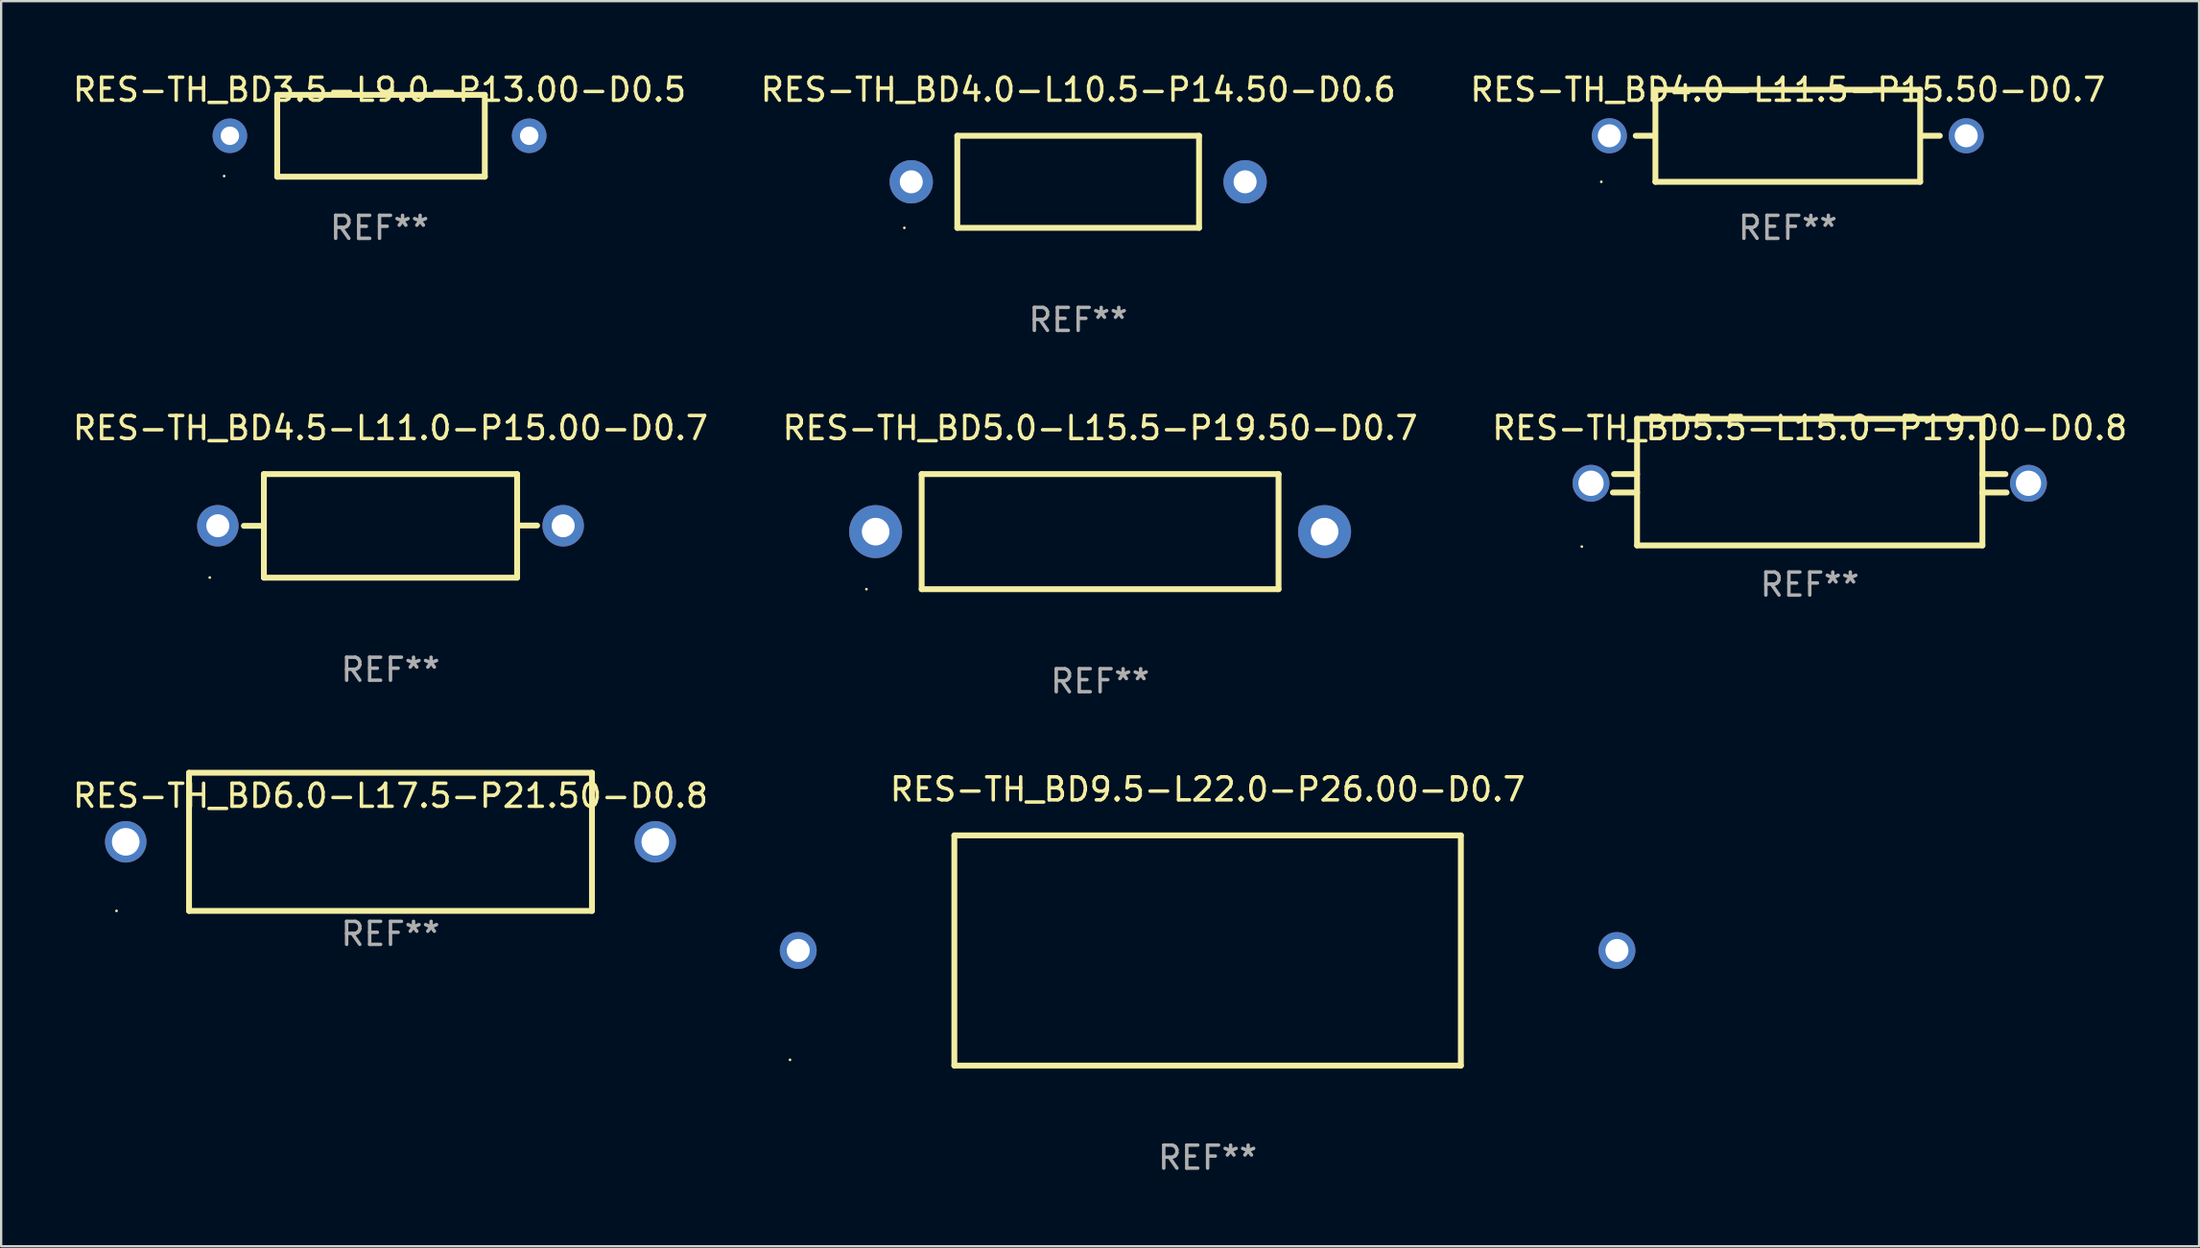
<source format=kicad_pcb>
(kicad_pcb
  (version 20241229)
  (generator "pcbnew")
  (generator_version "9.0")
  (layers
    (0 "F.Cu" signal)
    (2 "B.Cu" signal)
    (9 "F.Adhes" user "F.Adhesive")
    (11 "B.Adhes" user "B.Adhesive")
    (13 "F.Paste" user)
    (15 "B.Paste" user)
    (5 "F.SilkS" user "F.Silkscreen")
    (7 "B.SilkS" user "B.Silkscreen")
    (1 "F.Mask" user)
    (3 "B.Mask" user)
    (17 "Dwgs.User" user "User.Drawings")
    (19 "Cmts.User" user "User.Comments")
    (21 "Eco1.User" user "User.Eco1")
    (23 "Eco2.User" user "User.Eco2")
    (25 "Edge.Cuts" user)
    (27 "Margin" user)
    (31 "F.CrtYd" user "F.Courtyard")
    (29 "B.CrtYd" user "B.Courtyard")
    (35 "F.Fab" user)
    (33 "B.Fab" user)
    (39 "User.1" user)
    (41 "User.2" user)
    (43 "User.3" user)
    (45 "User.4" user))
  (footprint "RES-TH_BD4.0-L10.5-P14.50-D0.6"
    (layer "F.Cu")
    (at 43.78 4.848)
    (property "Reference" "RES-TH_BD4.0-L10.5-P14.50-D0.6" (at 0 -4 0) (layer "F.SilkS") (effects (font (size 1 1) (thickness 0.15))))
    (attr through_hole)
    (fp_line (start -5.25 -2) (end 5.25 -2) (stroke (width 0.254) (type solid)) (layer "F.SilkS"))
    (fp_line (start -5.25 2) (end -5.25 -2) (stroke (width 0.254) (type solid)) (layer "F.SilkS"))
    (fp_line (start -5.25 2) (end 5.25 2) (stroke (width 0.254) (type solid)) (layer "F.SilkS"))
    (fp_line (start 5.25 2) (end 5.25 -2) (stroke (width 0.254) (type solid)) (layer "F.SilkS"))
    (fp_circle (center -7.55 2) (end -7.52 2) (stroke (width 0.06) (type solid)) (fill no) (layer "F.SilkS"))
    (fp_text user "REF**" (at 0 6 0) (layer "F.Fab") (effects (font (size 1 1) (thickness 0.15))))
    (pad "1" thru_hole circle (at -7.25 0) (size 1.88 1.88) (drill 1) (layers "*.Cu" "*.Mask"))
    (pad "2" thru_hole circle (at 7.25 0) (size 1.88 1.88) (drill 1) (layers "*.Cu" "*.Mask")))
  (footprint "RES-TH_BD6.0-L17.5-P21.50-D0.8"
    (layer "F.Cu")
    (at 13.911 33.52)
    (property "Reference" "RES-TH_BD6.0-L17.5-P21.50-D0.8" (at 0 -2 0) (layer "F.SilkS") (effects (font (size 1 1) (thickness 0.15))))
    (attr through_hole)
    (fp_line (start -8.75 -3) (end -8.75 3) (stroke (width 0.254) (type solid)) (layer "F.SilkS"))
    (fp_line (start -8.75 3) (end 8.75 3) (stroke (width 0.254) (type solid)) (layer "F.SilkS"))
    (fp_line (start 8.75 -3) (end -8.75 -3) (stroke (width 0.254) (type solid)) (layer "F.SilkS"))
    (fp_line (start 8.75 3) (end 8.75 -3) (stroke (width 0.254) (type solid)) (layer "F.SilkS"))
    (fp_circle (center -11.9 3) (end -11.87 3) (stroke (width 0.06) (type solid)) (fill no) (layer "F.SilkS"))
    (fp_text user "REF**" (at 0 4 0) (layer "F.Fab") (effects (font (size 1 1) (thickness 0.15))))
    (pad "1" thru_hole circle (at -11.5 0) (size 1.8 1.8) (drill 1.2) (layers "*.Cu" "*.Mask"))
    (pad "2" thru_hole circle (at 11.5 0) (size 1.8 1.8) (drill 1.2) (layers "*.Cu" "*.Mask")))
  (footprint "RES-TH_BD4.0-L11.5-P15.50-D0.7"
    (layer "F.Cu")
    (at 74.601 2.848)
    (property "Reference" "RES-TH_BD4.0-L11.5-P15.50-D0.7" (at 0 -2 0) (layer "F.SilkS") (effects (font (size 1 1) (thickness 0.15))))
    (attr through_hole)
    (fp_line (start -5.843 0) (end -6.605 0) (stroke (width 0.254) (type solid)) (layer "F.SilkS"))
    (fp_line (start -5.75 -2) (end -5.75 2) (stroke (width 0.254) (type solid)) (layer "F.SilkS"))
    (fp_line (start -5.75 2) (end 5.75 2) (stroke (width 0.254) (type solid)) (layer "F.SilkS"))
    (fp_line (start 5.75 -2) (end -5.75 -2) (stroke (width 0.254) (type solid)) (layer "F.SilkS"))
    (fp_line (start 5.75 2) (end 5.75 -2) (stroke (width 0.254) (type solid)) (layer "F.SilkS"))
    (fp_line (start 5.841 0) (end 6.603 0) (stroke (width 0.254) (type solid)) (layer "F.SilkS"))
    (fp_circle (center -8.1 2) (end -8.07 2) (stroke (width 0.06) (type solid)) (fill no) (layer "F.SilkS"))
    (fp_text user "REF**" (at 0 4 0) (layer "F.Fab") (effects (font (size 1 1) (thickness 0.15))))
    (pad "1" thru_hole circle (at -7.75 0) (size 1.524 1.524) (drill 1) (layers "*.Cu" "*.Mask"))
    (pad "2" thru_hole circle (at 7.75 0) (size 1.524 1.524) (drill 1) (layers "*.Cu" "*.Mask")))
  (footprint "RES-TH_BD5.5-L15.0-P19.00-D0.8"
    (layer "F.Cu")
    (at 75.554 17.945)
    (property "Reference" "RES-TH_BD5.5-L15.0-P19.00-D0.8" (at 0 -2.4 0) (layer "F.SilkS") (effects (font (size 1 1) (thickness 0.15))))
    (attr through_hole)
    (fp_line (start -8.55 0.4) (end -7.5 0.4) (stroke (width 0.254) (type solid)) (layer "F.SilkS"))
    (fp_line (start -7.5 -2.8) (end -7.5 2.7) (stroke (width 0.254) (type solid)) (layer "F.SilkS"))
    (fp_line (start -7.5 2.7) (end 7.5 2.7) (stroke (width 0.254) (type solid)) (layer "F.SilkS"))
    (fp_line (start -7.5 -0.4) (end -8.5 -0.4) (stroke (width 0.254) (type solid)) (layer "F.SilkS"))
    (fp_line (start 7.5 -2.8) (end -7.5 -2.8) (stroke (width 0.254) (type solid)) (layer "F.SilkS"))
    (fp_line (start 7.5 2.7) (end 7.5 -2.8) (stroke (width 0.254) (type solid)) (layer "F.SilkS"))
    (fp_line (start 7.5 -0.4) (end 8.5 -0.4) (stroke (width 0.254) (type solid)) (layer "F.SilkS"))
    (fp_line (start 7.5 0.4) (end 8.55 0.4) (stroke (width 0.254) (type solid)) (layer "F.SilkS"))
    (fp_circle (center -9.9 2.75) (end -9.87 2.75) (stroke (width 0.06) (type solid)) (fill no) (layer "F.SilkS"))
    (fp_text user "REF**" (at 0 4.4 0) (layer "F.Fab") (effects (font (size 1 1) (thickness 0.15))))
    (pad "1" thru_hole circle (at -9.5 0) (size 1.6 1.6) (drill 1.1) (layers "*.Cu" "*.Mask"))
    (pad "2" thru_hole circle (at 9.5 0) (size 1.6 1.6) (drill 1.1) (layers "*.Cu" "*.Mask")))
  (footprint "RES-TH_BD4.5-L11.0-P15.00-D0.7"
    (layer "F.Cu")
    (at 13.911 19.79)
    (property "Reference" "RES-TH_BD4.5-L11.0-P15.00-D0.7" (at 0 -4.245 0) (layer "F.SilkS") (effects (font (size 1 1) (thickness 0.15))))
    (attr through_hole)
    (fp_line (start -5.5 -2.245) (end -5.5 2.255) (stroke (width 0.254) (type solid)) (layer "F.SilkS"))
    (fp_line (start -5.5 -2.245) (end 5.5 -2.245) (stroke (width 0.254) (type solid)) (layer "F.SilkS"))
    (fp_line (start -5.5 0.004) (end -6.369 0.004) (stroke (width 0.254) (type solid)) (layer "F.SilkS"))
    (fp_line (start -5.5 2.255) (end 5.5 2.255) (stroke (width 0.254) (type solid)) (layer "F.SilkS"))
    (fp_line (start 5.5 -2.245) (end 5.5 2.255) (stroke (width 0.254) (type solid)) (layer "F.SilkS"))
    (fp_line (start 5.5 -0.011) (end 6.369 -0.011) (stroke (width 0.254) (type solid)) (layer "F.SilkS"))
    (fp_circle (center -7.85 2.25) (end -7.82 2.25) (stroke (width 0.06) (type solid)) (fill no) (layer "F.SilkS"))
    (fp_text user "REF**" (at 0 6.255 0) (layer "F.Fab") (effects (font (size 1 1) (thickness 0.15))))
    (pad "1" thru_hole circle (at -7.5 0) (size 1.8 1.8) (drill 1) (layers "*.Cu" "*.Mask"))
    (pad "2" thru_hole circle (at 7.5 0) (size 1.8 1.8) (drill 1) (layers "*.Cu" "*.Mask")))
  (footprint "RES-TH_BD9.5-L22.0-P26.00-D0.7"
    (layer "F.Cu")
    (at 49.401 38.241)
    (property "Reference" "RES-TH_BD9.5-L22.0-P26.00-D0.7" (at 0 -7 0) (layer "F.SilkS") (effects (font (size 1 1) (thickness 0.15))))
    (attr through_hole)
    (fp_line (start -11 -5) (end 11 -5) (stroke (width 0.254) (type solid)) (layer "F.SilkS"))
    (fp_line (start -11 5) (end -11 -5) (stroke (width 0.254) (type solid)) (layer "F.SilkS"))
    (fp_line (start 11 -5) (end 11 5) (stroke (width 0.254) (type solid)) (layer "F.SilkS"))
    (fp_line (start 11 5) (end -11 5) (stroke (width 0.254) (type solid)) (layer "F.SilkS"))
    (fp_circle (center -18.138 4.75) (end -18.108 4.75) (stroke (width 0.06) (type solid)) (fill no) (layer "F.SilkS"))
    (fp_text user "REF**" (at 0 9 0) (layer "F.Fab") (effects (font (size 1 1) (thickness 0.15))))
    (pad "1" thru_hole circle (at -17.78 0) (size 1.6 1.6) (drill 1) (layers "*.Cu" "*.Mask"))
    (pad "2" thru_hole circle (at 17.78 0) (size 1.6 1.6) (drill 1) (layers "*.Cu" "*.Mask")))
  (footprint "RES-TH_BD5.0-L15.5-P19.50-D0.7"
    (layer "F.Cu")
    (at 44.732 20.045)
    (property "Reference" "RES-TH_BD5.0-L15.5-P19.50-D0.7" (at 0 -4.5 0) (layer "F.SilkS") (effects (font (size 1 1) (thickness 0.15))))
    (attr through_hole)
    (fp_line (start -7.75 2.5) (end 7.75 2.5) (stroke (width 0.254) (type solid)) (layer "F.SilkS"))
    (fp_line (start -7.75 -2.5) (end -7.75 2.5) (stroke (width 0.254) (type solid)) (layer "F.SilkS"))
    (fp_line (start -7.75 -2.5) (end 7.75 -2.5) (stroke (width 0.254) (type solid)) (layer "F.SilkS"))
    (fp_line (start 7.75 -2.5) (end 7.75 2.5) (stroke (width 0.254) (type solid)) (layer "F.SilkS"))
    (fp_circle (center -10.15 2.5) (end -10.12 2.5) (stroke (width 0.06) (type solid)) (fill no) (layer "F.SilkS"))
    (fp_text user "REF**" (at 0 6.5 0) (layer "F.Fab") (effects (font (size 1 1) (thickness 0.15))))
    (pad "1" thru_hole circle (at -9.75 0) (size 2.3 2.3) (drill 1.2) (layers "*.Cu" "*.Mask"))
    (pad "2" thru_hole circle (at 9.75 0) (size 2.3 2.3) (drill 1.2) (layers "*.Cu" "*.Mask")))
  (footprint "RES-TH_BD3.5-L9.0-P13.00-D0.5"
    (layer "F.Cu")
    (at 13.435 2.848)
    (property "Reference" "RES-TH_BD3.5-L9.0-P13.00-D0.5" (at 0 -2 0) (layer "F.SilkS") (effects (font (size 1 1) (thickness 0.15))))
    (attr through_hole)
    (fp_line (start -4.445 -1.778) (end -4.445 1.778) (stroke (width 0.254) (type solid)) (layer "F.SilkS"))
    (fp_line (start -4.445 1.778) (end 4.572 1.778) (stroke (width 0.254) (type solid)) (layer "F.SilkS"))
    (fp_line (start 4.572 -1.778) (end -4.445 -1.778) (stroke (width 0.254) (type solid)) (layer "F.SilkS"))
    (fp_line (start 4.572 1.778) (end 4.572 -1.778) (stroke (width 0.254) (type solid)) (layer "F.SilkS"))
    (fp_circle (center -6.75 1.75) (end -6.72 1.75) (stroke (width 0.06) (type solid)) (fill no) (layer "F.SilkS"))
    (fp_text user "REF**" (at 0 4 0) (layer "F.Fab") (effects (font (size 1 1) (thickness 0.15))))
    (pad "1" thru_hole circle (at -6.5 0) (size 1.5 1.5) (drill 0.8) (layers "*.Cu" "*.Mask"))
    (pad "2" thru_hole circle (at 6.5 0) (size 1.5 1.5) (drill 0.8) (layers "*.Cu" "*.Mask")))
  (gr_rect
    (start -3 -3)
    (end 92.464 51.09)
    (stroke (width 0.1) (type default))
    (fill no)
    (layer "Edge.Cuts")))
</source>
